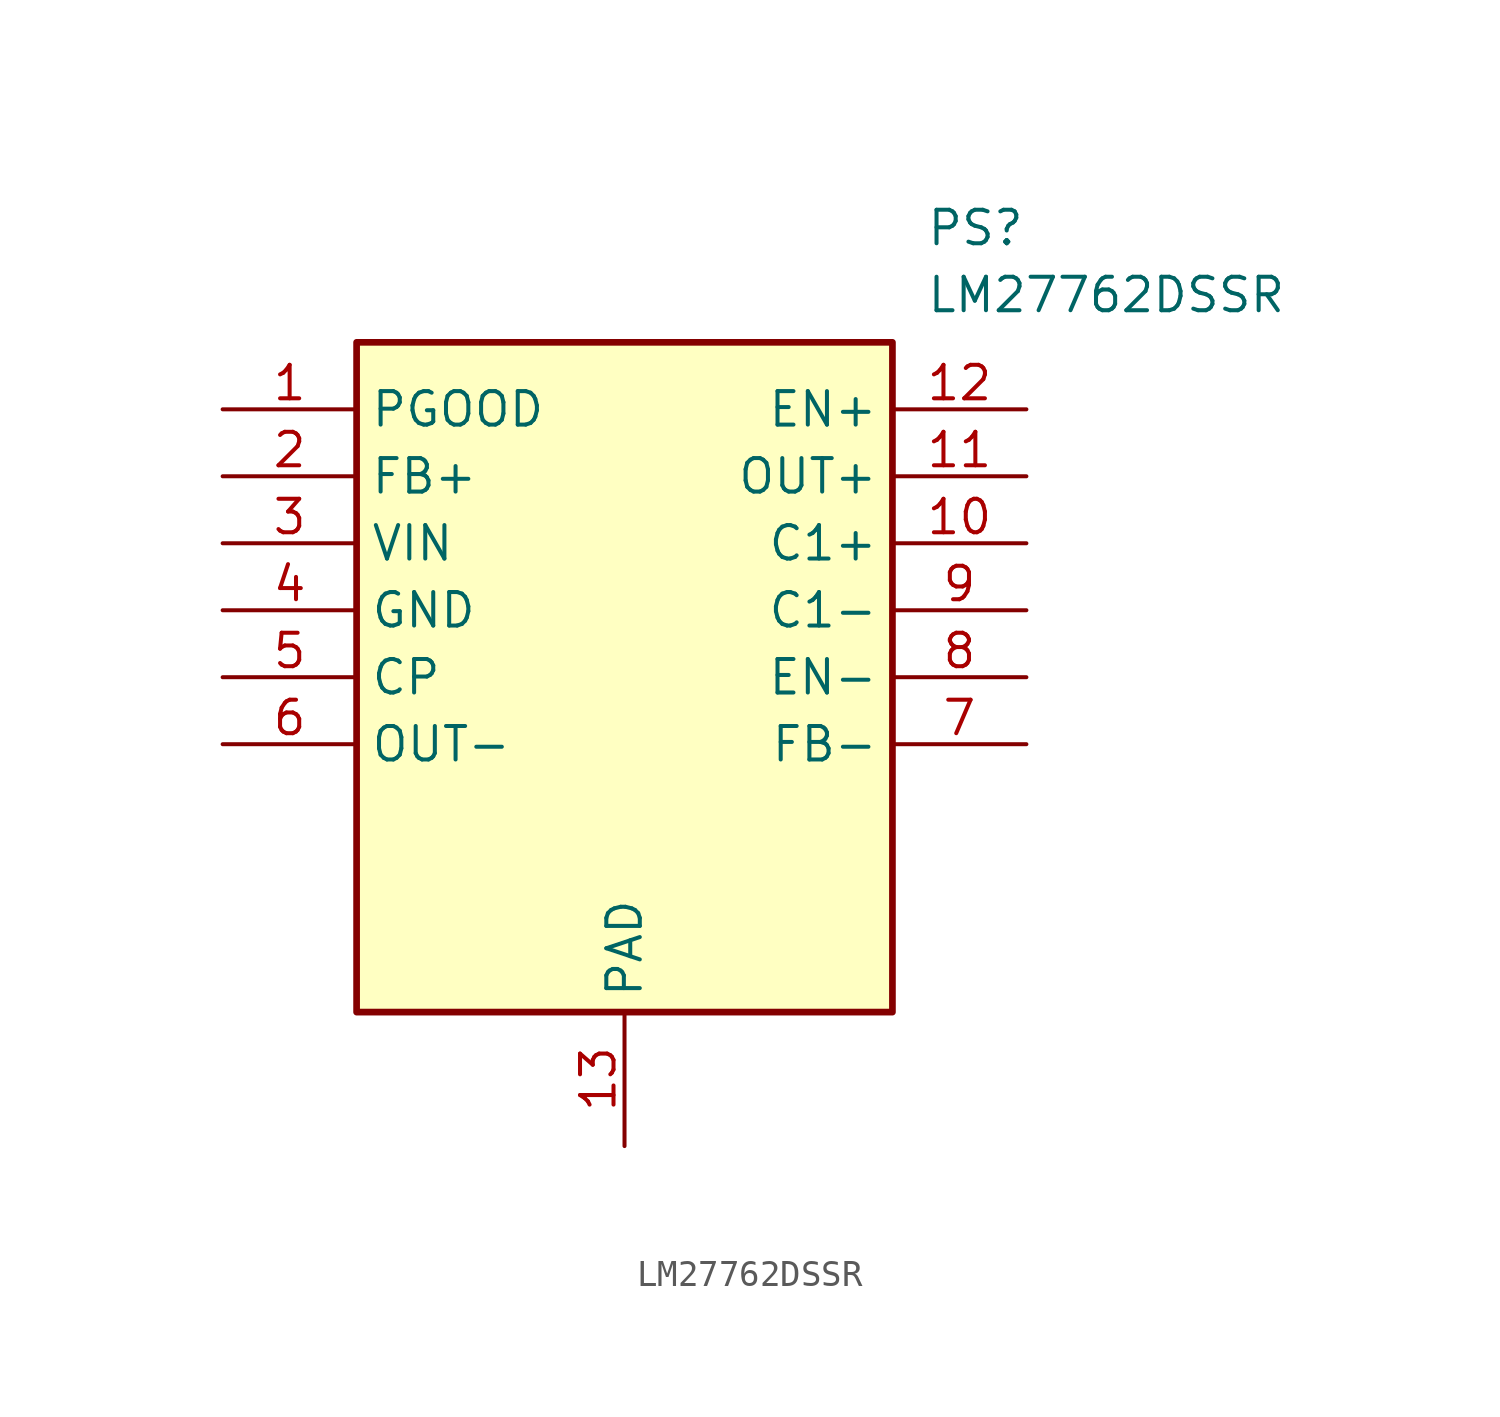
<source format=kicad_sym>
(kicad_symbol_lib
  (version 20211014)
  (generator SamacSys_ECAD_Model)
  (symbol "LM27762DSSR"
    (property "Reference" "PS"
      (at 26.67 7.62 0)
      (effects (font (size 1.27 1.27)) (justify left top)))
    (property "Value" "LM27762DSSR"
      (at 26.67 5.08 0)
      (effects (font (size 1.27 1.27)) (justify left top)))
    (rectangle
      (start 5.08 2.54)
      (end 25.4 -22.86)
      (stroke (width 0.254) (type default))
      (fill (type background)))
    (pin output line
      (at 0 0 0)
      (length 5.08)
      (name "PGOOD" (effects (font (size 1.27 1.27))))
      (number "1" (effects (font (size 1.27 1.27)))))
    (pin power_in line
      (at 0 -2.54 0)
      (length 5.08)
      (name "FB+" (effects (font (size 1.27 1.27))))
      (number "2" (effects (font (size 1.27 1.27)))))
    (pin power_in line
      (at 0 -5.08 0)
      (length 5.08)
      (name "VIN" (effects (font (size 1.27 1.27))))
      (number "3" (effects (font (size 1.27 1.27)))))
    (pin power_in line
      (at 0 -7.62 0)
      (length 5.08)
      (name "GND" (effects (font (size 1.27 1.27))))
      (number "4" (effects (font (size 1.27 1.27)))))
    (pin power_in line
      (at 0 -10.16 0)
      (length 5.08)
      (name "CP" (effects (font (size 1.27 1.27))))
      (number "5" (effects (font (size 1.27 1.27)))))
    (pin power_in line
      (at 0 -12.7 0)
      (length 5.08)
      (name "OUT-" (effects (font (size 1.27 1.27))))
      (number "6" (effects (font (size 1.27 1.27)))))
    (pin power_in line
      (at 15.24 -27.94 90)
      (length 5.08)
      (name "PAD" (effects (font (size 1.27 1.27))))
      (number "13" (effects (font (size 1.27 1.27)))))
    (pin input line
      (at 30.48 0 180)
      (length 5.08)
      (name "EN+" (effects (font (size 1.27 1.27))))
      (number "12" (effects (font (size 1.27 1.27)))))
    (pin power_in line
      (at 30.48 -2.54 180)
      (length 5.08)
      (name "OUT+" (effects (font (size 1.27 1.27))))
      (number "11" (effects (font (size 1.27 1.27)))))
    (pin power_in line
      (at 30.48 -5.08 180)
      (length 5.08)
      (name "C1+" (effects (font (size 1.27 1.27))))
      (number "10" (effects (font (size 1.27 1.27)))))
    (pin power_in line
      (at 30.48 -7.62 180)
      (length 5.08)
      (name "C1-" (effects (font (size 1.27 1.27))))
      (number "9" (effects (font (size 1.27 1.27)))))
    (pin input line
      (at 30.48 -10.16 180)
      (length 5.08)
      (name "EN-" (effects (font (size 1.27 1.27))))
      (number "8" (effects (font (size 1.27 1.27)))))
    (pin power_in line
      (at 30.48 -12.7 180)
      (length 5.08)
      (name "FB-" (effects (font (size 1.27 1.27))))
      (number "7" (effects (font (size 1.27 1.27)))))))
</source>
